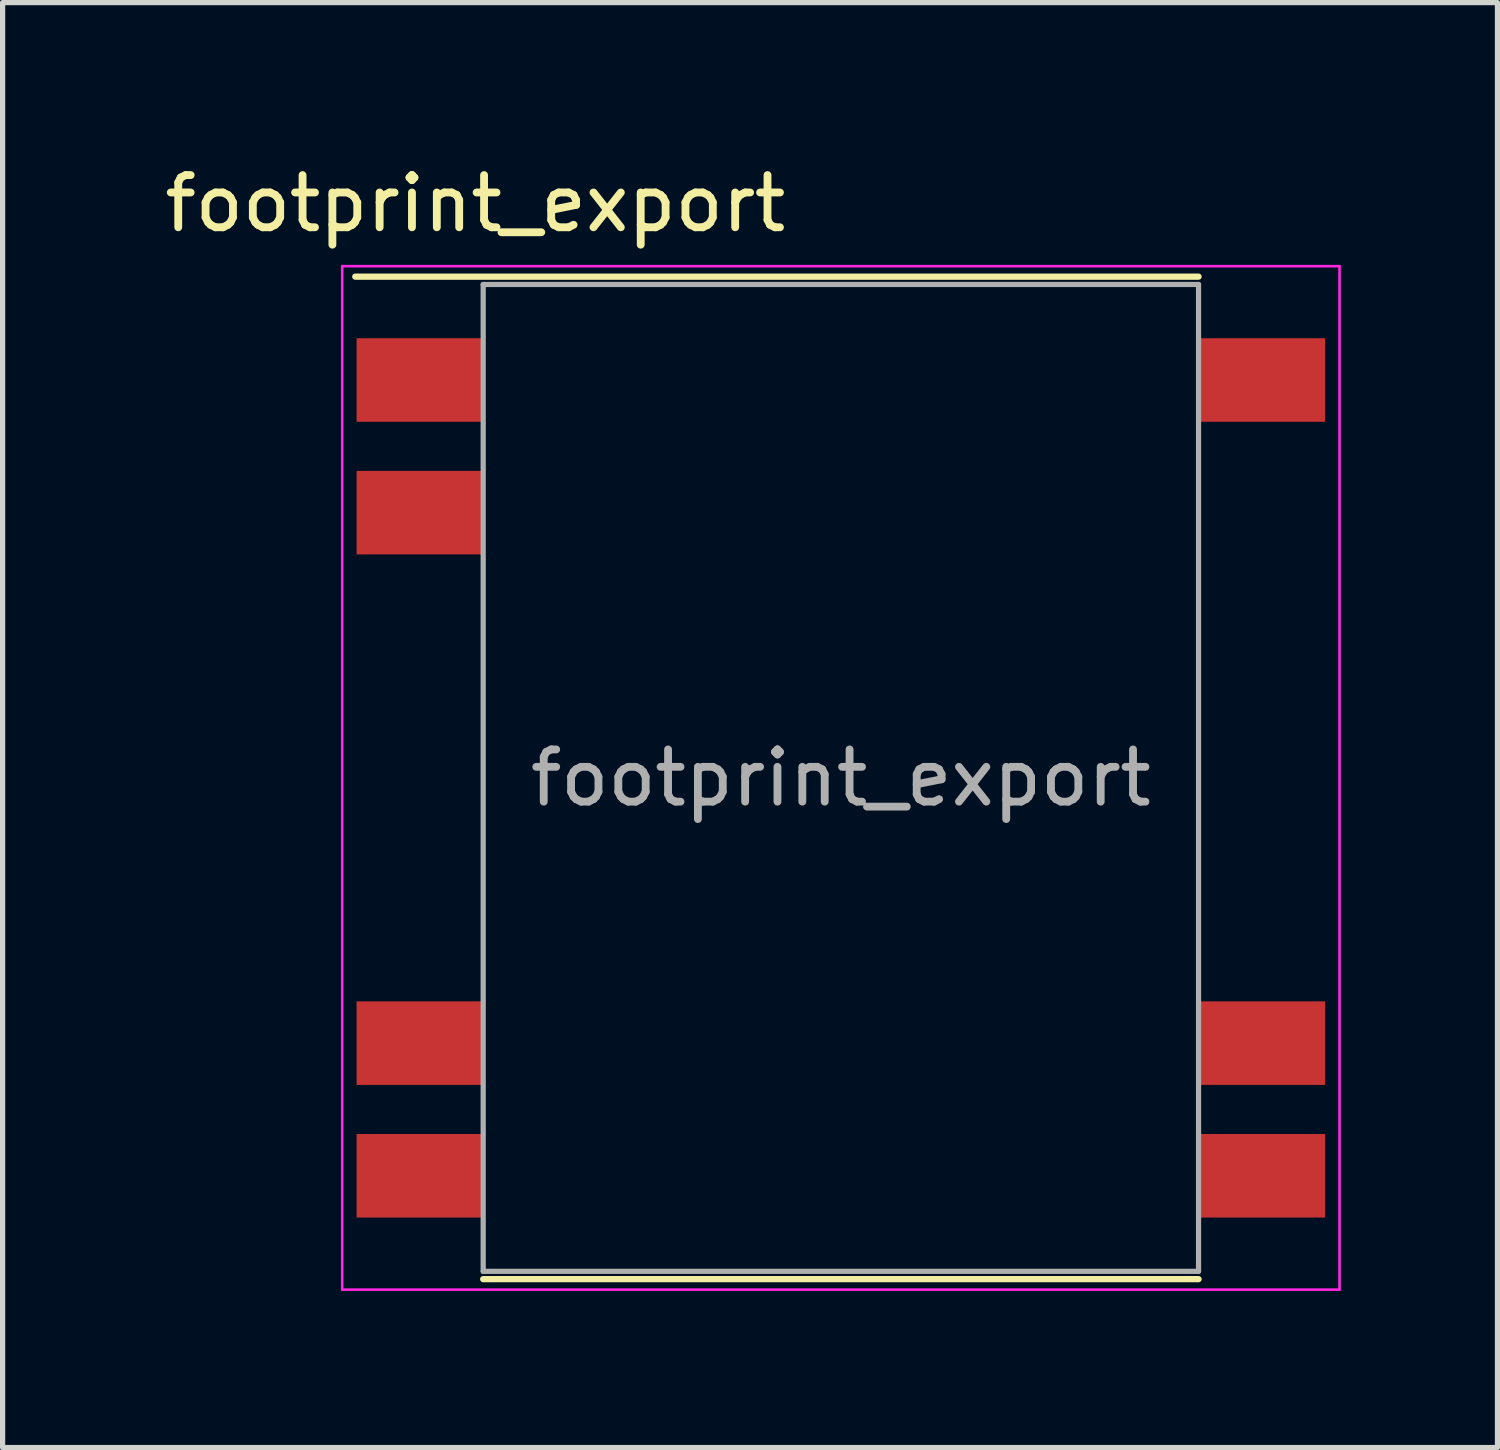
<source format=kicad_pcb>
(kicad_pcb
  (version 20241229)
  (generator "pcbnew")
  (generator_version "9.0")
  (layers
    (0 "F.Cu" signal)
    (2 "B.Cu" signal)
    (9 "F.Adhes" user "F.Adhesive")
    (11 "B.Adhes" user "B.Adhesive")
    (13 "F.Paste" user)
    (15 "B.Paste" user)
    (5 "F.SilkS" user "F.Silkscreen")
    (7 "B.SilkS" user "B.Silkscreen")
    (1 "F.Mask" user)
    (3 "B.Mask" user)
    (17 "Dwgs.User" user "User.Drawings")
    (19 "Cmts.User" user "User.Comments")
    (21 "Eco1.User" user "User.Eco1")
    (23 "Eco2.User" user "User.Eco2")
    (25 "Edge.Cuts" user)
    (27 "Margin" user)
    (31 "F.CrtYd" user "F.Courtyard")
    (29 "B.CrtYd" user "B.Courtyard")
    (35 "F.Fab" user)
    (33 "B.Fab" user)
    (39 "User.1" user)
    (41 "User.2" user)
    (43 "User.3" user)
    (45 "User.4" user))
  (footprint "footprint_export"
    (layer "F.Cu")
    (at 13.054 11.848)
    (property "Reference" "footprint_export" (at -7 -11 0) (layer "F.SilkS") (effects (font (size 1 1) (thickness 0.15))))
    (attr smd)
    (fp_line (start -9.3 -9.6) (end 6.85 -9.6) (stroke (width 0.12) (type solid)) (layer "F.SilkS"))
    (fp_line (start -6.85 9.6) (end 6.85 9.6) (stroke (width 0.12) (type solid)) (layer "F.SilkS"))
    (fp_line (start -9.55 -9.8) (end -9.55 9.8) (stroke (width 0.05) (type solid)) (layer "F.CrtYd"))
    (fp_line (start -9.55 -9.8) (end 9.55 -9.8) (stroke (width 0.05) (type solid)) (layer "F.CrtYd"))
    (fp_line (start -9.55 9.8) (end 9.55 9.8) (stroke (width 0.05) (type solid)) (layer "F.CrtYd"))
    (fp_line (start 9.55 -9.8) (end 9.55 9.8) (stroke (width 0.05) (type solid)) (layer "F.CrtYd"))
    (fp_line (start -6.85 -9.45) (end -6.85 9.45) (stroke (width 0.1) (type solid)) (layer "F.Fab"))
    (fp_line (start 6.85 -9.45) (end -6.85 -9.45) (stroke (width 0.1) (type solid)) (layer "F.Fab"))
    (fp_line (start 6.85 -9.45) (end 6.85 9.45) (stroke (width 0.1) (type solid)) (layer "F.Fab"))
    (fp_line (start 6.85 9.45) (end -6.85 9.45) (stroke (width 0.1) (type solid)) (layer "F.Fab"))
    (fp_text user "${REFERENCE}" (at 0 0 180) (layer "F.Fab") (effects (font (size 1 1) (thickness 0.15))))
    (pad "1" smd rect (at -8.075 -7.62) (size 2.4 1.6) (layers "F.Cu" "F.Mask" "F.Paste"))
    (pad "2" smd rect (at -8.075 -5.08) (size 2.4 1.6) (layers "F.Cu" "F.Mask" "F.Paste"))
    (pad "6" smd rect (at -8.075 5.08) (size 2.4 1.6) (layers "F.Cu" "F.Mask" "F.Paste"))
    (pad "7" smd rect (at -8.075 7.62) (size 2.4 1.6) (layers "F.Cu" "F.Mask" "F.Paste"))
    (pad "8" smd rect (at 8.075 7.62) (size 2.4 1.6) (layers "F.Cu" "F.Mask" "F.Paste"))
    (pad "9" smd rect (at 8.075 5.08) (size 2.4 1.6) (layers "F.Cu" "F.Mask" "F.Paste"))
    (pad "14" smd rect (at 8.075 -7.62) (size 2.4 1.6) (layers "F.Cu" "F.Mask" "F.Paste")))
  (gr_rect
    (start -3 -3)
    (end 25.629 24.673)
    (stroke (width 0.1) (type default))
    (fill no)
    (layer "Edge.Cuts")))
</source>
